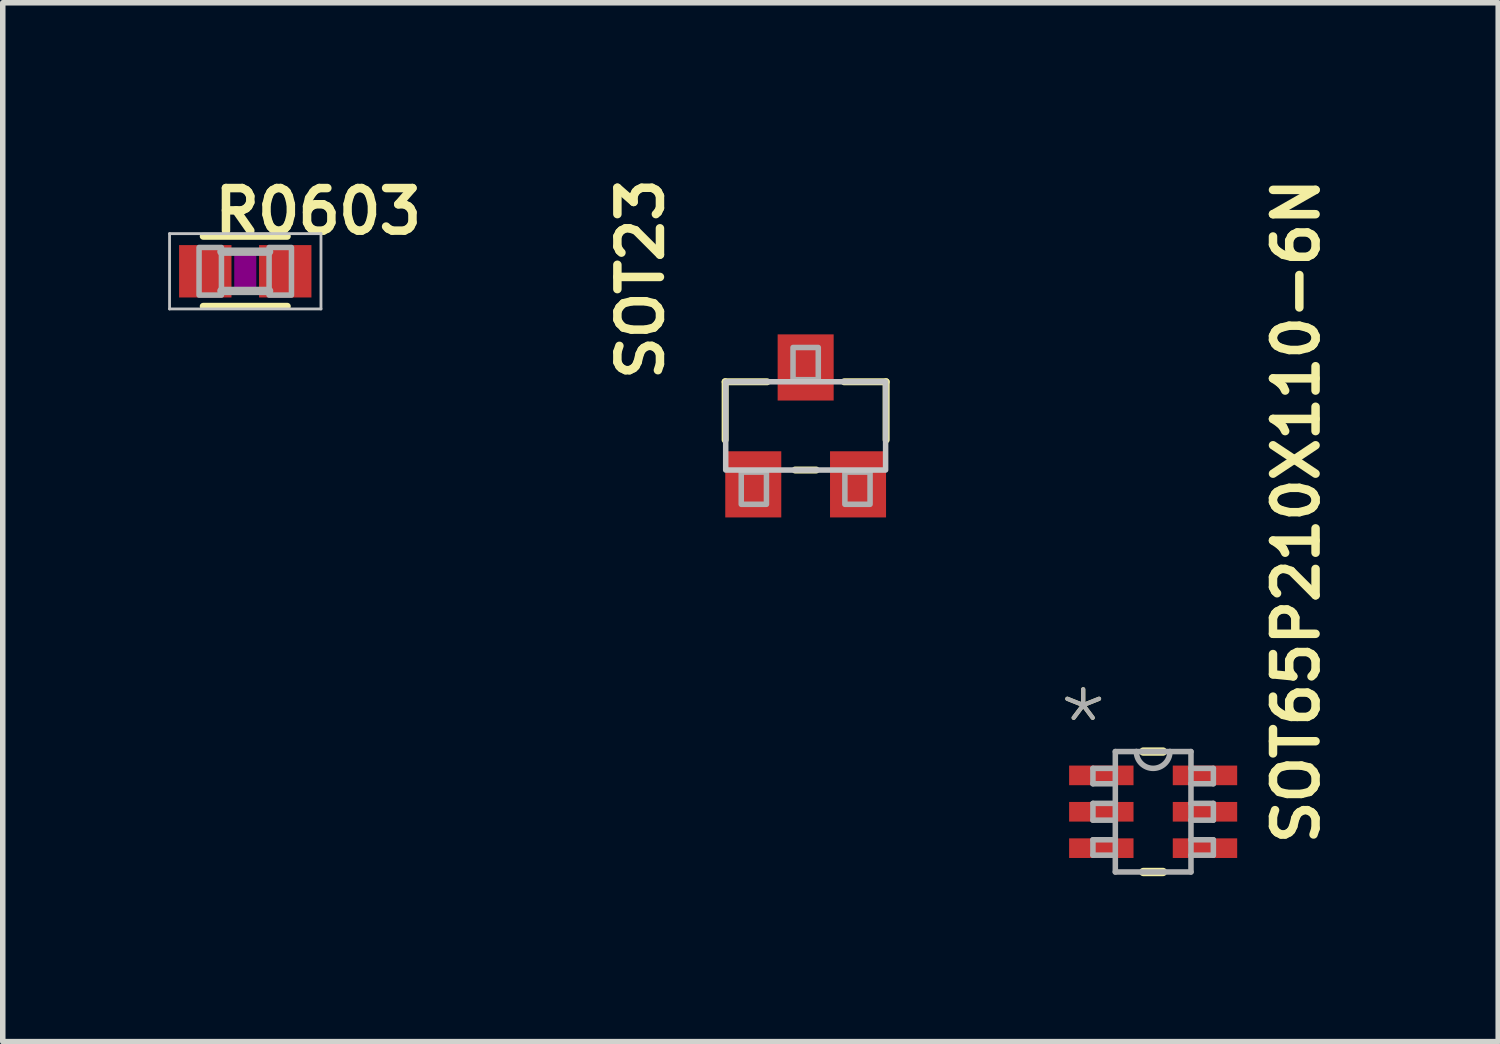
<source format=kicad_pcb>
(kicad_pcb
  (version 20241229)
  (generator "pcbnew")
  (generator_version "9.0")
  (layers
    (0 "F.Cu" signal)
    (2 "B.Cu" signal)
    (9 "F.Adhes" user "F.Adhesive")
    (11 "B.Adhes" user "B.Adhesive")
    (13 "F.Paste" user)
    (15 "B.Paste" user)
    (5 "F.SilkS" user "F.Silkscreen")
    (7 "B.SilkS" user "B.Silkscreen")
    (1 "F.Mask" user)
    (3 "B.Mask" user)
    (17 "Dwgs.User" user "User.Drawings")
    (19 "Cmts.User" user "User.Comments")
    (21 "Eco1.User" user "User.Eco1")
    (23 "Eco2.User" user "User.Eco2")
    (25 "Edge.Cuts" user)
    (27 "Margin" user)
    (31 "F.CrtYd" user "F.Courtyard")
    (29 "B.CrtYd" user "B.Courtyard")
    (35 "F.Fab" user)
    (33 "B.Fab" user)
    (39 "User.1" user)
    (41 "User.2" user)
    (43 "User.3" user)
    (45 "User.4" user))
  (footprint "SOT23"
    (layer "F.Cu")
    (at 11.561 4.674)
    (property "Reference" "SOT23" (at -2.54 -0.762 270) (layer "F.SilkS") (effects (font (size 0.772 0.772) (thickness 0.154)) (justify left bottom)))
    (attr through_hole)
    (fp_line (start -1.46 -0.8) (end -1.46 0.254) (stroke (width 0.127) (type solid)) (layer "F.SilkS"))
    (fp_line (start -0.699 -0.8) (end -1.46 -0.8) (stroke (width 0.127) (type solid)) (layer "F.SilkS"))
    (fp_line (start -0.191 0.8) (end 0.191 0.8) (stroke (width 0.127) (type solid)) (layer "F.SilkS"))
    (fp_line (start 1.46 -0.8) (end 0.699 -0.8) (stroke (width 0.127) (type solid)) (layer "F.SilkS"))
    (fp_line (start 1.46 0.254) (end 1.46 -0.8) (stroke (width 0.127) (type solid)) (layer "F.SilkS"))
    (fp_poly (pts (xy -1.45 0.8) (xy 1.45 0.8) (xy 1.45 -0.8) (xy -1.45 -0.8)) (stroke (width 0.1) (type solid)) (fill no) (layer "Dwgs.User"))
    (fp_poly (pts (xy -1.168 1.422) (xy -0.711 1.422) (xy -0.711 0.838) (xy -1.168 0.838)) (stroke (width 0.1) (type solid)) (fill no) (layer "F.Fab"))
    (fp_poly (pts (xy -0.229 -0.838) (xy 0.229 -0.838) (xy 0.229 -1.422) (xy -0.229 -1.422)) (stroke (width 0.1) (type solid)) (fill no) (layer "F.Fab"))
    (fp_poly (pts (xy 0.711 1.422) (xy 1.168 1.422) (xy 1.168 0.838) (xy 0.711 0.838)) (stroke (width 0.1) (type solid)) (fill no) (layer "F.Fab"))
    (pad "1" smd rect (at -0.95 1.06 180) (size 1.016 1.2) (layers "F.Cu" "F.Mask" "F.Paste"))
    (pad "2" smd rect (at 0.95 1.06) (size 1.016 1.2) (layers "F.Cu" "F.Mask" "F.Paste"))
    (pad "3" smd rect (at 0 -1.06) (size 1.016 1.2) (layers "F.Cu" "F.Mask" "F.Paste")))
  (footprint "SOT65P210X110-6N"
    (layer "F.Cu")
    (at 17.863 11.672)
    (property "Reference" "SOT65P210X110-6N" (at 3.048 0.66 90) (layer "F.SilkS") (effects (font (size 0.772 0.772) (thickness 0.154)) (justify left bottom)))
    (attr through_hole)
    (fp_line (start -0.178 1.092) (end 0.178 1.092) (stroke (width 0.152) (type solid)) (layer "F.SilkS"))
    (fp_line (start 0.178 -1.092) (end -0.178 -1.092) (stroke (width 0.152) (type solid)) (layer "F.SilkS"))
    (fp_line (start -1.092 -0.787) (end -1.092 -0.508) (stroke (width 0.1) (type solid)) (layer "F.Fab"))
    (fp_line (start -1.092 -0.508) (end -0.686 -0.508) (stroke (width 0.1) (type solid)) (layer "F.Fab"))
    (fp_line (start -1.092 -0.152) (end -1.092 0.152) (stroke (width 0.1) (type solid)) (layer "F.Fab"))
    (fp_line (start -1.092 0.152) (end -0.686 0.152) (stroke (width 0.1) (type solid)) (layer "F.Fab"))
    (fp_line (start -1.092 0.508) (end -1.092 0.787) (stroke (width 0.1) (type solid)) (layer "F.Fab"))
    (fp_line (start -1.092 0.787) (end -0.686 0.787) (stroke (width 0.1) (type solid)) (layer "F.Fab"))
    (fp_line (start -0.686 -1.092) (end -0.686 -0.787) (stroke (width 0.1) (type solid)) (layer "F.Fab"))
    (fp_line (start -0.686 -0.787) (end -1.092 -0.787) (stroke (width 0.1) (type solid)) (layer "F.Fab"))
    (fp_line (start -0.686 -0.787) (end -0.686 -0.508) (stroke (width 0.1) (type solid)) (layer "F.Fab"))
    (fp_line (start -0.686 -0.508) (end -0.686 -0.152) (stroke (width 0.1) (type solid)) (layer "F.Fab"))
    (fp_line (start -0.686 -0.152) (end -1.092 -0.152) (stroke (width 0.1) (type solid)) (layer "F.Fab"))
    (fp_line (start -0.686 -0.152) (end -0.686 0.152) (stroke (width 0.1) (type solid)) (layer "F.Fab"))
    (fp_line (start -0.686 0.152) (end -0.686 0.508) (stroke (width 0.1) (type solid)) (layer "F.Fab"))
    (fp_line (start -0.686 0.508) (end -1.092 0.508) (stroke (width 0.1) (type solid)) (layer "F.Fab"))
    (fp_line (start -0.686 0.508) (end -0.686 0.787) (stroke (width 0.1) (type solid)) (layer "F.Fab"))
    (fp_line (start -0.686 0.787) (end -0.686 1.092) (stroke (width 0.1) (type solid)) (layer "F.Fab"))
    (fp_line (start -0.686 1.092) (end 0.686 1.092) (stroke (width 0.1) (type solid)) (layer "F.Fab"))
    (fp_line (start -0.305 -1.092) (end -0.686 -1.092) (stroke (width 0.1) (type solid)) (layer "F.Fab"))
    (fp_line (start 0.305 -1.092) (end -0.305 -1.092) (stroke (width 0.1) (type solid)) (layer "F.Fab"))
    (fp_line (start 0.686 -1.092) (end 0.305 -1.092) (stroke (width 0.1) (type solid)) (layer "F.Fab"))
    (fp_line (start 0.686 -0.787) (end 0.686 -1.092) (stroke (width 0.1) (type solid)) (layer "F.Fab"))
    (fp_line (start 0.686 -0.508) (end 0.686 -0.787) (stroke (width 0.1) (type solid)) (layer "F.Fab"))
    (fp_line (start 0.686 -0.508) (end 1.092 -0.508) (stroke (width 0.1) (type solid)) (layer "F.Fab"))
    (fp_line (start 0.686 -0.152) (end 0.686 -0.508) (stroke (width 0.1) (type solid)) (layer "F.Fab"))
    (fp_line (start 0.686 0.152) (end 0.686 -0.152) (stroke (width 0.1) (type solid)) (layer "F.Fab"))
    (fp_line (start 0.686 0.152) (end 1.092 0.152) (stroke (width 0.1) (type solid)) (layer "F.Fab"))
    (fp_line (start 0.686 0.508) (end 0.686 0.152) (stroke (width 0.1) (type solid)) (layer "F.Fab"))
    (fp_line (start 0.686 0.787) (end 0.686 0.508) (stroke (width 0.1) (type solid)) (layer "F.Fab"))
    (fp_line (start 0.686 0.787) (end 1.092 0.787) (stroke (width 0.1) (type solid)) (layer "F.Fab"))
    (fp_line (start 0.686 1.092) (end 0.686 0.787) (stroke (width 0.1) (type solid)) (layer "F.Fab"))
    (fp_line (start 1.092 -0.787) (end 0.686 -0.787) (stroke (width 0.1) (type solid)) (layer "F.Fab"))
    (fp_line (start 1.092 -0.508) (end 1.092 -0.787) (stroke (width 0.1) (type solid)) (layer "F.Fab"))
    (fp_line (start 1.092 -0.152) (end 0.686 -0.152) (stroke (width 0.1) (type solid)) (layer "F.Fab"))
    (fp_line (start 1.092 0.152) (end 1.092 -0.152) (stroke (width 0.1) (type solid)) (layer "F.Fab"))
    (fp_line (start 1.092 0.508) (end 0.686 0.508) (stroke (width 0.1) (type solid)) (layer "F.Fab"))
    (fp_line (start 1.092 0.787) (end 1.092 0.508) (stroke (width 0.1) (type solid)) (layer "F.Fab"))
    (fp_arc (start 0.3048 -1.0922) (mid 0 -0.7874) (end -0.3048 -1.0922) (stroke (width 0.1) (type solid)) (layer "F.Fab"))
    (fp_text user "*" (at -1.778 -0.864 0) (layer "F.SilkS") (effects (font (size 1.206 1.206) (thickness 0.076)) (justify left bottom)))
    (fp_text user "*" (at -1.778 -0.864 0) (layer "F.Fab") (effects (font (size 1.206 1.206) (thickness 0.076)) (justify left bottom)))
    (pad "1" smd rect (at -0.94 -0.66) (size 1.168 0.356) (layers "F.Cu" "F.Mask" "F.Paste"))
    (pad "2" smd rect (at -0.94 0) (size 1.168 0.356) (layers "F.Cu" "F.Mask" "F.Paste"))
    (pad "3" smd rect (at -0.94 0.66) (size 1.168 0.356) (layers "F.Cu" "F.Mask" "F.Paste"))
    (pad "4" smd rect (at 0.94 0.66) (size 1.168 0.356) (layers "F.Cu" "F.Mask" "F.Paste"))
    (pad "5" smd rect (at 0.94 0) (size 1.168 0.356) (layers "F.Cu" "F.Mask" "F.Paste"))
    (pad "6" smd rect (at 0.94 -0.66) (size 1.168 0.356) (layers "F.Cu" "F.Mask" "F.Paste")))
  (footprint "R0603"
    (layer "F.Cu")
    (at 1.398 1.87)
    (property "Reference" "R0603" (at -0.635 -0.635 0) (layer "F.SilkS") (effects (font (size 0.772 0.772) (thickness 0.154)) (justify left bottom)))
    (attr through_hole)
    (fp_line (start -0.762 -0.635) (end 0.762 -0.635) (stroke (width 0.127) (type solid)) (layer "F.SilkS"))
    (fp_line (start -0.762 0.635) (end 0.762 0.635) (stroke (width 0.127) (type solid)) (layer "F.SilkS"))
    (fp_poly (pts (xy -0.2 0.4) (xy 0.2 0.4) (xy 0.2 -0.4) (xy -0.2 -0.4)) (stroke (width 0) (type solid)) (fill yes) (layer "F.Adhes"))
    (fp_line (start -1.373 -0.683) (end 1.373 -0.683) (stroke (width 0.051) (type solid)) (layer "Dwgs.User"))
    (fp_line (start -1.373 0.683) (end -1.373 -0.683) (stroke (width 0.051) (type solid)) (layer "Dwgs.User"))
    (fp_line (start 1.373 -0.683) (end 1.373 0.683) (stroke (width 0.051) (type solid)) (layer "Dwgs.User"))
    (fp_line (start 1.373 0.683) (end -1.373 0.683) (stroke (width 0.051) (type solid)) (layer "Dwgs.User"))
    (fp_line (start -0.432 0.356) (end 0.432 0.356) (stroke (width 0.152) (type solid)) (layer "F.Fab"))
    (fp_line (start 0.432 -0.356) (end -0.432 -0.356) (stroke (width 0.152) (type solid)) (layer "F.Fab"))
    (fp_poly (pts (xy -0.838 0.432) (xy -0.432 0.432) (xy -0.432 -0.432) (xy -0.838 -0.432)) (stroke (width 0.1) (type solid)) (fill no) (layer "F.Fab"))
    (fp_poly (pts (xy 0.432 0.432) (xy 0.838 0.432) (xy 0.838 -0.432) (xy 0.432 -0.432)) (stroke (width 0.1) (type solid)) (fill no) (layer "F.Fab"))
    (pad "1" smd rect (at -0.725 0) (size 0.95 0.95) (layers "F.Cu" "F.Mask" "F.Paste"))
    (pad "2" smd rect (at 0.725 0) (size 0.95 0.95) (layers "F.Cu" "F.Mask" "F.Paste")))
  (gr_rect
    (start -3 -3)
    (end 24.121 15.84)
    (stroke (width 0.1) (type default))
    (fill no)
    (layer "Edge.Cuts")))
</source>
